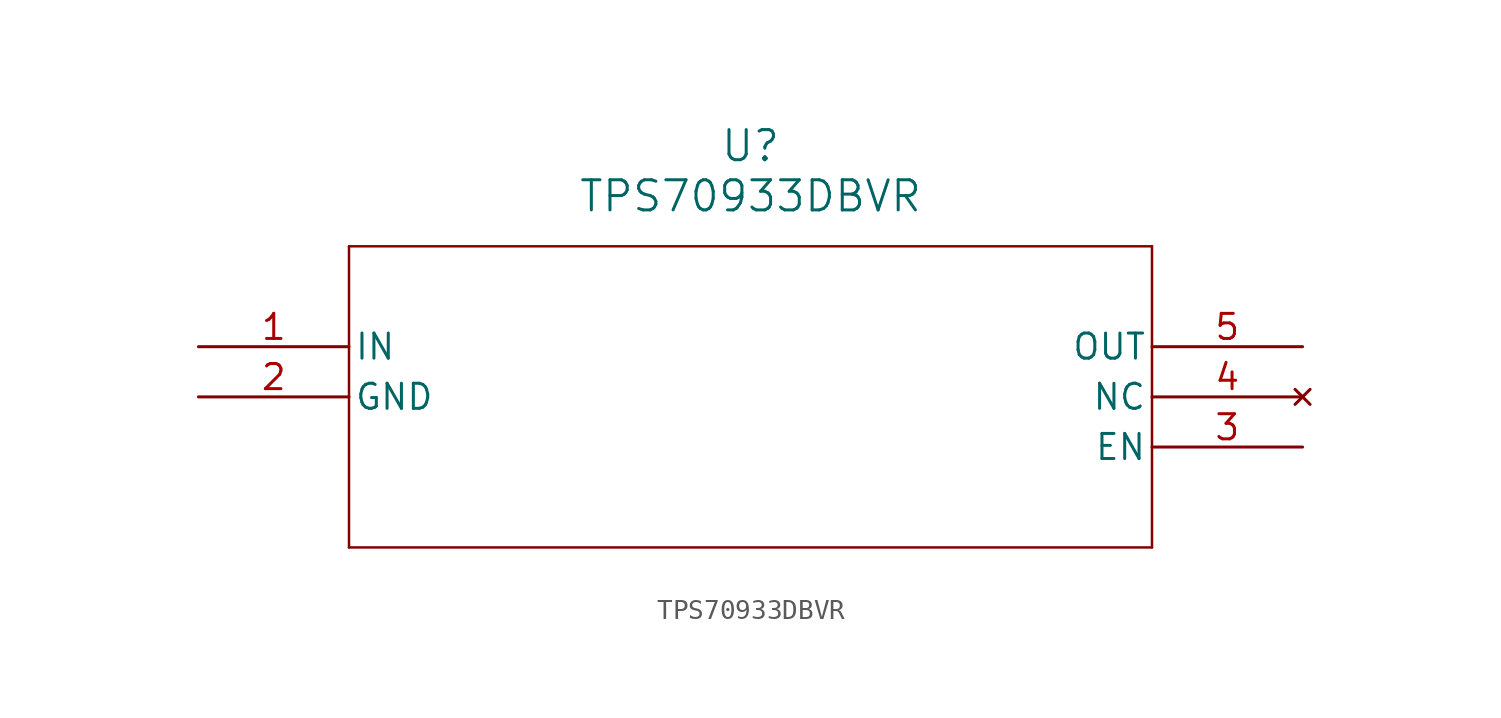
<source format=kicad_sym>
(kicad_symbol_lib
  (version 20211014)
  (generator kicad_symbol_editor)
  (symbol "TPS70933DBVR"
    (pin_names
      (offset 0.254))
    (property "Reference" "U"
      (at 27.94 10.16 0)
      (effects (font (size 1.524 1.524))))
    (property "Value" "TPS70933DBVR"
      (at 27.94 7.62 0)
      (effects (font (size 1.524 1.524))))
    (symbol "TPS70933DBVR_0_1"
      (polyline (pts (xy 7.62 5.08) (xy 7.62 -10.16)) (stroke (width 0.127) (type default) (color 0 0 0 0)) (fill (type none)))
      (polyline (pts (xy 7.62 -10.16) (xy 48.26 -10.16)) (stroke (width 0.127) (type default) (color 0 0 0 0)) (fill (type none)))
      (polyline (pts (xy 48.26 -10.16) (xy 48.26 5.08)) (stroke (width 0.127) (type default) (color 0 0 0 0)) (fill (type none)))
      (polyline (pts (xy 48.26 5.08) (xy 7.62 5.08)) (stroke (width 0.127) (type default) (color 0 0 0 0)) (fill (type none)))
      (pin input line (at 0 0 0) (length 7.62) (name "IN" (effects (font (size 1.27 1.27)))) (number "1" (effects (font (size 1.27 1.27)))))
      (pin power_in line (at 0 -2.54 0) (length 7.62) (name "GND" (effects (font (size 1.27 1.27)))) (number "2" (effects (font (size 1.27 1.27)))))
      (pin unspecified line (at 55.88 -5.08 180) (length 7.62) (name "EN" (effects (font (size 1.27 1.27)))) (number "3" (effects (font (size 1.27 1.27)))))
      (pin no_connect line (at 55.88 -2.54 180) (length 7.62) (name "NC" (effects (font (size 1.27 1.27)))) (number "4" (effects (font (size 1.27 1.27)))))
      (pin output line (at 55.88 0 180) (length 7.62) (name "OUT" (effects (font (size 1.27 1.27)))) (number "5" (effects (font (size 1.27 1.27))))))))
</source>
